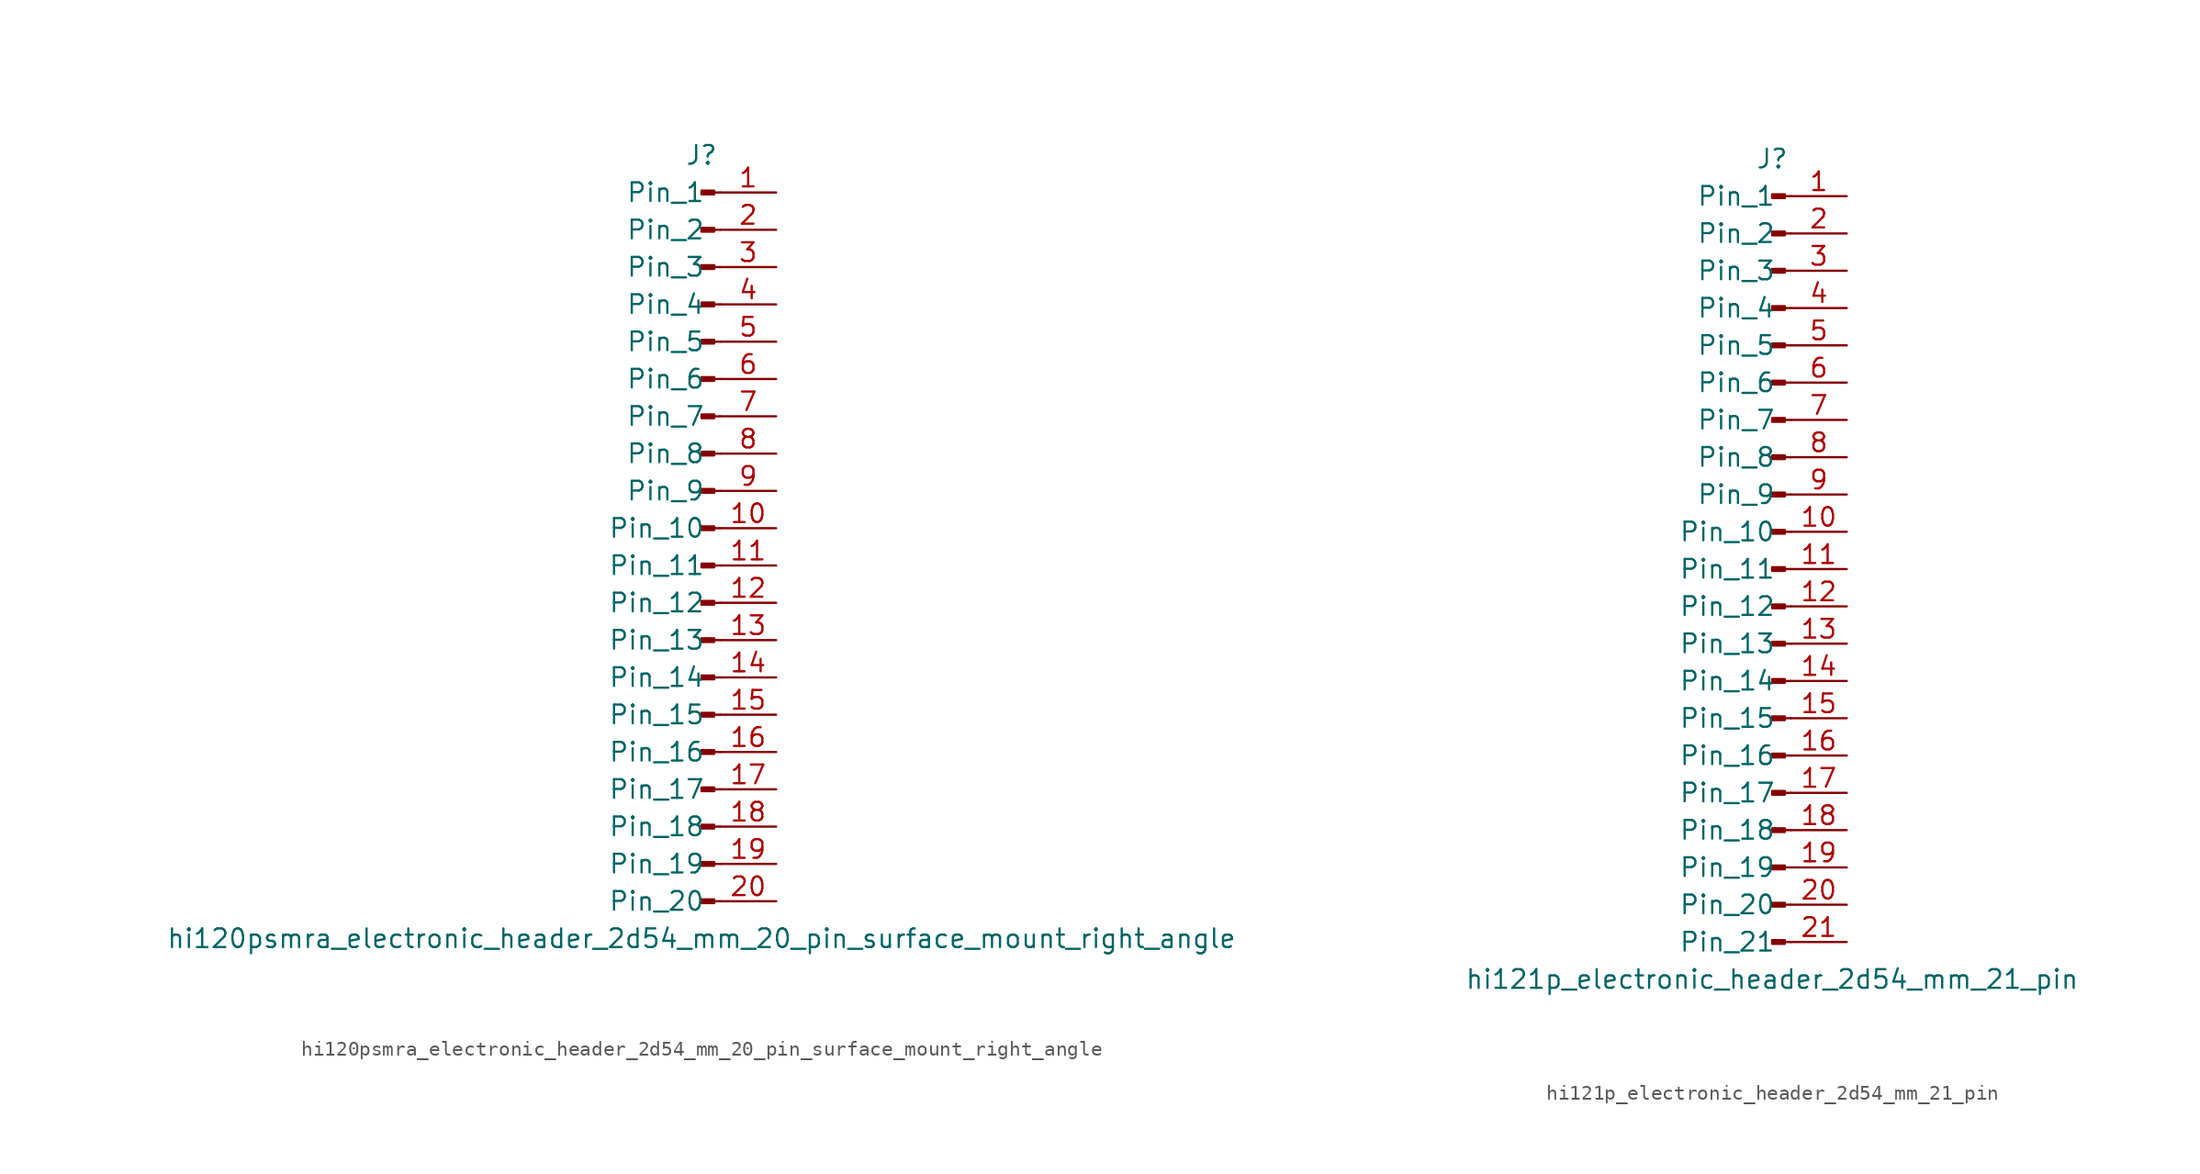
<source format=kicad_sym>
(kicad_symbol_lib
  (version 20220914)
  (generator kicad_symbol_editor)
  (symbol "hi120psmra_electronic_header_2d54_mm_20_pin_surface_mount_right_angle"
    (pin_names
      (offset 1.016))
    (property "Reference" "J"
      (at 0 25.4 0)
      (effects (font (size 1.27 1.27))))
    (property "Value" "hi120psmra_electronic_header_2d54_mm_20_pin_surface_mount_right_angle"
      (at 0 -27.94 0)
      (effects (font (size 1.27 1.27))))
    (property "ki_locked" ""
      (at 0 0 0)
      (effects (font (size 1.27 1.27))))
    (symbol "hi120psmra_electronic_header_2d54_mm_20_pin_surface_mount_right_angle_1_1"
      (polyline (pts (xy 1.27 -25.4) (xy 0.864 -25.4)) (stroke (width 0.152) (type default)) (fill (type none)))
      (polyline (pts (xy 1.27 -22.86) (xy 0.864 -22.86)) (stroke (width 0.152) (type default)) (fill (type none)))
      (polyline (pts (xy 1.27 -20.32) (xy 0.864 -20.32)) (stroke (width 0.152) (type default)) (fill (type none)))
      (polyline (pts (xy 1.27 -17.78) (xy 0.864 -17.78)) (stroke (width 0.152) (type default)) (fill (type none)))
      (polyline (pts (xy 1.27 -15.24) (xy 0.864 -15.24)) (stroke (width 0.152) (type default)) (fill (type none)))
      (polyline (pts (xy 1.27 -12.7) (xy 0.864 -12.7)) (stroke (width 0.152) (type default)) (fill (type none)))
      (polyline (pts (xy 1.27 -10.16) (xy 0.864 -10.16)) (stroke (width 0.152) (type default)) (fill (type none)))
      (polyline (pts (xy 1.27 -7.62) (xy 0.864 -7.62)) (stroke (width 0.152) (type default)) (fill (type none)))
      (polyline (pts (xy 1.27 -5.08) (xy 0.864 -5.08)) (stroke (width 0.152) (type default)) (fill (type none)))
      (polyline (pts (xy 1.27 -2.54) (xy 0.864 -2.54)) (stroke (width 0.152) (type default)) (fill (type none)))
      (polyline (pts (xy 1.27 0) (xy 0.864 0)) (stroke (width 0.152) (type default)) (fill (type none)))
      (polyline (pts (xy 1.27 2.54) (xy 0.864 2.54)) (stroke (width 0.152) (type default)) (fill (type none)))
      (polyline (pts (xy 1.27 5.08) (xy 0.864 5.08)) (stroke (width 0.152) (type default)) (fill (type none)))
      (polyline (pts (xy 1.27 7.62) (xy 0.864 7.62)) (stroke (width 0.152) (type default)) (fill (type none)))
      (polyline (pts (xy 1.27 10.16) (xy 0.864 10.16)) (stroke (width 0.152) (type default)) (fill (type none)))
      (polyline (pts (xy 1.27 12.7) (xy 0.864 12.7)) (stroke (width 0.152) (type default)) (fill (type none)))
      (polyline (pts (xy 1.27 15.24) (xy 0.864 15.24)) (stroke (width 0.152) (type default)) (fill (type none)))
      (polyline (pts (xy 1.27 17.78) (xy 0.864 17.78)) (stroke (width 0.152) (type default)) (fill (type none)))
      (polyline (pts (xy 1.27 20.32) (xy 0.864 20.32)) (stroke (width 0.152) (type default)) (fill (type none)))
      (polyline (pts (xy 1.27 22.86) (xy 0.864 22.86)) (stroke (width 0.152) (type default)) (fill (type none)))
      (rectangle (start 0.864 -25.273) (end 0 -25.527) (stroke (width 0.152) (type default)) (fill (type outline)))
      (rectangle (start 0.864 -22.733) (end 0 -22.987) (stroke (width 0.152) (type default)) (fill (type outline)))
      (rectangle (start 0.864 -20.193) (end 0 -20.447) (stroke (width 0.152) (type default)) (fill (type outline)))
      (rectangle (start 0.864 -17.653) (end 0 -17.907) (stroke (width 0.152) (type default)) (fill (type outline)))
      (rectangle (start 0.864 -15.113) (end 0 -15.367) (stroke (width 0.152) (type default)) (fill (type outline)))
      (rectangle (start 0.864 -12.573) (end 0 -12.827) (stroke (width 0.152) (type default)) (fill (type outline)))
      (rectangle (start 0.864 -10.033) (end 0 -10.287) (stroke (width 0.152) (type default)) (fill (type outline)))
      (rectangle (start 0.864 -7.493) (end 0 -7.747) (stroke (width 0.152) (type default)) (fill (type outline)))
      (rectangle (start 0.864 -4.953) (end 0 -5.207) (stroke (width 0.152) (type default)) (fill (type outline)))
      (rectangle (start 0.864 -2.413) (end 0 -2.667) (stroke (width 0.152) (type default)) (fill (type outline)))
      (rectangle (start 0.864 0.127) (end 0 -0.127) (stroke (width 0.152) (type default)) (fill (type outline)))
      (rectangle (start 0.864 2.667) (end 0 2.413) (stroke (width 0.152) (type default)) (fill (type outline)))
      (rectangle (start 0.864 5.207) (end 0 4.953) (stroke (width 0.152) (type default)) (fill (type outline)))
      (rectangle (start 0.864 7.747) (end 0 7.493) (stroke (width 0.152) (type default)) (fill (type outline)))
      (rectangle (start 0.864 10.287) (end 0 10.033) (stroke (width 0.152) (type default)) (fill (type outline)))
      (rectangle (start 0.864 12.827) (end 0 12.573) (stroke (width 0.152) (type default)) (fill (type outline)))
      (rectangle (start 0.864 15.367) (end 0 15.113) (stroke (width 0.152) (type default)) (fill (type outline)))
      (rectangle (start 0.864 17.907) (end 0 17.653) (stroke (width 0.152) (type default)) (fill (type outline)))
      (rectangle (start 0.864 20.447) (end 0 20.193) (stroke (width 0.152) (type default)) (fill (type outline)))
      (rectangle (start 0.864 22.987) (end 0 22.733) (stroke (width 0.152) (type default)) (fill (type outline)))
      (pin passive line (at 5.08 22.86 180) (length 3.81) (name "Pin_1" (effects (font (size 1.27 1.27)))) (number "1" (effects (font (size 1.27 1.27)))))
      (pin passive line (at 5.08 0 180) (length 3.81) (name "Pin_10" (effects (font (size 1.27 1.27)))) (number "10" (effects (font (size 1.27 1.27)))))
      (pin passive line (at 5.08 -2.54 180) (length 3.81) (name "Pin_11" (effects (font (size 1.27 1.27)))) (number "11" (effects (font (size 1.27 1.27)))))
      (pin passive line (at 5.08 -5.08 180) (length 3.81) (name "Pin_12" (effects (font (size 1.27 1.27)))) (number "12" (effects (font (size 1.27 1.27)))))
      (pin passive line (at 5.08 -7.62 180) (length 3.81) (name "Pin_13" (effects (font (size 1.27 1.27)))) (number "13" (effects (font (size 1.27 1.27)))))
      (pin passive line (at 5.08 -10.16 180) (length 3.81) (name "Pin_14" (effects (font (size 1.27 1.27)))) (number "14" (effects (font (size 1.27 1.27)))))
      (pin passive line (at 5.08 -12.7 180) (length 3.81) (name "Pin_15" (effects (font (size 1.27 1.27)))) (number "15" (effects (font (size 1.27 1.27)))))
      (pin passive line (at 5.08 -15.24 180) (length 3.81) (name "Pin_16" (effects (font (size 1.27 1.27)))) (number "16" (effects (font (size 1.27 1.27)))))
      (pin passive line (at 5.08 -17.78 180) (length 3.81) (name "Pin_17" (effects (font (size 1.27 1.27)))) (number "17" (effects (font (size 1.27 1.27)))))
      (pin passive line (at 5.08 -20.32 180) (length 3.81) (name "Pin_18" (effects (font (size 1.27 1.27)))) (number "18" (effects (font (size 1.27 1.27)))))
      (pin passive line (at 5.08 -22.86 180) (length 3.81) (name "Pin_19" (effects (font (size 1.27 1.27)))) (number "19" (effects (font (size 1.27 1.27)))))
      (pin passive line (at 5.08 20.32 180) (length 3.81) (name "Pin_2" (effects (font (size 1.27 1.27)))) (number "2" (effects (font (size 1.27 1.27)))))
      (pin passive line (at 5.08 -25.4 180) (length 3.81) (name "Pin_20" (effects (font (size 1.27 1.27)))) (number "20" (effects (font (size 1.27 1.27)))))
      (pin passive line (at 5.08 17.78 180) (length 3.81) (name "Pin_3" (effects (font (size 1.27 1.27)))) (number "3" (effects (font (size 1.27 1.27)))))
      (pin passive line (at 5.08 15.24 180) (length 3.81) (name "Pin_4" (effects (font (size 1.27 1.27)))) (number "4" (effects (font (size 1.27 1.27)))))
      (pin passive line (at 5.08 12.7 180) (length 3.81) (name "Pin_5" (effects (font (size 1.27 1.27)))) (number "5" (effects (font (size 1.27 1.27)))))
      (pin passive line (at 5.08 10.16 180) (length 3.81) (name "Pin_6" (effects (font (size 1.27 1.27)))) (number "6" (effects (font (size 1.27 1.27)))))
      (pin passive line (at 5.08 7.62 180) (length 3.81) (name "Pin_7" (effects (font (size 1.27 1.27)))) (number "7" (effects (font (size 1.27 1.27)))))
      (pin passive line (at 5.08 5.08 180) (length 3.81) (name "Pin_8" (effects (font (size 1.27 1.27)))) (number "8" (effects (font (size 1.27 1.27)))))
      (pin passive line (at 5.08 2.54 180) (length 3.81) (name "Pin_9" (effects (font (size 1.27 1.27)))) (number "9" (effects (font (size 1.27 1.27)))))))
  (symbol "hi121p_electronic_header_2d54_mm_21_pin"
    (pin_names
      (offset 1.016))
    (property "Reference" "J"
      (at 0 27.94 0)
      (effects (font (size 1.27 1.27))))
    (property "Value" "hi121p_electronic_header_2d54_mm_21_pin"
      (at 0 -27.94 0)
      (effects (font (size 1.27 1.27))))
    (property "ki_locked" ""
      (at 0 0 0)
      (effects (font (size 1.27 1.27))))
    (symbol "hi121p_electronic_header_2d54_mm_21_pin_1_1"
      (polyline (pts (xy 1.27 -25.4) (xy 0.864 -25.4)) (stroke (width 0.152) (type default)) (fill (type none)))
      (polyline (pts (xy 1.27 -22.86) (xy 0.864 -22.86)) (stroke (width 0.152) (type default)) (fill (type none)))
      (polyline (pts (xy 1.27 -20.32) (xy 0.864 -20.32)) (stroke (width 0.152) (type default)) (fill (type none)))
      (polyline (pts (xy 1.27 -17.78) (xy 0.864 -17.78)) (stroke (width 0.152) (type default)) (fill (type none)))
      (polyline (pts (xy 1.27 -15.24) (xy 0.864 -15.24)) (stroke (width 0.152) (type default)) (fill (type none)))
      (polyline (pts (xy 1.27 -12.7) (xy 0.864 -12.7)) (stroke (width 0.152) (type default)) (fill (type none)))
      (polyline (pts (xy 1.27 -10.16) (xy 0.864 -10.16)) (stroke (width 0.152) (type default)) (fill (type none)))
      (polyline (pts (xy 1.27 -7.62) (xy 0.864 -7.62)) (stroke (width 0.152) (type default)) (fill (type none)))
      (polyline (pts (xy 1.27 -5.08) (xy 0.864 -5.08)) (stroke (width 0.152) (type default)) (fill (type none)))
      (polyline (pts (xy 1.27 -2.54) (xy 0.864 -2.54)) (stroke (width 0.152) (type default)) (fill (type none)))
      (polyline (pts (xy 1.27 0) (xy 0.864 0)) (stroke (width 0.152) (type default)) (fill (type none)))
      (polyline (pts (xy 1.27 2.54) (xy 0.864 2.54)) (stroke (width 0.152) (type default)) (fill (type none)))
      (polyline (pts (xy 1.27 5.08) (xy 0.864 5.08)) (stroke (width 0.152) (type default)) (fill (type none)))
      (polyline (pts (xy 1.27 7.62) (xy 0.864 7.62)) (stroke (width 0.152) (type default)) (fill (type none)))
      (polyline (pts (xy 1.27 10.16) (xy 0.864 10.16)) (stroke (width 0.152) (type default)) (fill (type none)))
      (polyline (pts (xy 1.27 12.7) (xy 0.864 12.7)) (stroke (width 0.152) (type default)) (fill (type none)))
      (polyline (pts (xy 1.27 15.24) (xy 0.864 15.24)) (stroke (width 0.152) (type default)) (fill (type none)))
      (polyline (pts (xy 1.27 17.78) (xy 0.864 17.78)) (stroke (width 0.152) (type default)) (fill (type none)))
      (polyline (pts (xy 1.27 20.32) (xy 0.864 20.32)) (stroke (width 0.152) (type default)) (fill (type none)))
      (polyline (pts (xy 1.27 22.86) (xy 0.864 22.86)) (stroke (width 0.152) (type default)) (fill (type none)))
      (polyline (pts (xy 1.27 25.4) (xy 0.864 25.4)) (stroke (width 0.152) (type default)) (fill (type none)))
      (rectangle (start 0.864 -25.273) (end 0 -25.527) (stroke (width 0.152) (type default)) (fill (type outline)))
      (rectangle (start 0.864 -22.733) (end 0 -22.987) (stroke (width 0.152) (type default)) (fill (type outline)))
      (rectangle (start 0.864 -20.193) (end 0 -20.447) (stroke (width 0.152) (type default)) (fill (type outline)))
      (rectangle (start 0.864 -17.653) (end 0 -17.907) (stroke (width 0.152) (type default)) (fill (type outline)))
      (rectangle (start 0.864 -15.113) (end 0 -15.367) (stroke (width 0.152) (type default)) (fill (type outline)))
      (rectangle (start 0.864 -12.573) (end 0 -12.827) (stroke (width 0.152) (type default)) (fill (type outline)))
      (rectangle (start 0.864 -10.033) (end 0 -10.287) (stroke (width 0.152) (type default)) (fill (type outline)))
      (rectangle (start 0.864 -7.493) (end 0 -7.747) (stroke (width 0.152) (type default)) (fill (type outline)))
      (rectangle (start 0.864 -4.953) (end 0 -5.207) (stroke (width 0.152) (type default)) (fill (type outline)))
      (rectangle (start 0.864 -2.413) (end 0 -2.667) (stroke (width 0.152) (type default)) (fill (type outline)))
      (rectangle (start 0.864 0.127) (end 0 -0.127) (stroke (width 0.152) (type default)) (fill (type outline)))
      (rectangle (start 0.864 2.667) (end 0 2.413) (stroke (width 0.152) (type default)) (fill (type outline)))
      (rectangle (start 0.864 5.207) (end 0 4.953) (stroke (width 0.152) (type default)) (fill (type outline)))
      (rectangle (start 0.864 7.747) (end 0 7.493) (stroke (width 0.152) (type default)) (fill (type outline)))
      (rectangle (start 0.864 10.287) (end 0 10.033) (stroke (width 0.152) (type default)) (fill (type outline)))
      (rectangle (start 0.864 12.827) (end 0 12.573) (stroke (width 0.152) (type default)) (fill (type outline)))
      (rectangle (start 0.864 15.367) (end 0 15.113) (stroke (width 0.152) (type default)) (fill (type outline)))
      (rectangle (start 0.864 17.907) (end 0 17.653) (stroke (width 0.152) (type default)) (fill (type outline)))
      (rectangle (start 0.864 20.447) (end 0 20.193) (stroke (width 0.152) (type default)) (fill (type outline)))
      (rectangle (start 0.864 22.987) (end 0 22.733) (stroke (width 0.152) (type default)) (fill (type outline)))
      (rectangle (start 0.864 25.527) (end 0 25.273) (stroke (width 0.152) (type default)) (fill (type outline)))
      (pin passive line (at 5.08 25.4 180) (length 3.81) (name "Pin_1" (effects (font (size 1.27 1.27)))) (number "1" (effects (font (size 1.27 1.27)))))
      (pin passive line (at 5.08 2.54 180) (length 3.81) (name "Pin_10" (effects (font (size 1.27 1.27)))) (number "10" (effects (font (size 1.27 1.27)))))
      (pin passive line (at 5.08 0 180) (length 3.81) (name "Pin_11" (effects (font (size 1.27 1.27)))) (number "11" (effects (font (size 1.27 1.27)))))
      (pin passive line (at 5.08 -2.54 180) (length 3.81) (name "Pin_12" (effects (font (size 1.27 1.27)))) (number "12" (effects (font (size 1.27 1.27)))))
      (pin passive line (at 5.08 -5.08 180) (length 3.81) (name "Pin_13" (effects (font (size 1.27 1.27)))) (number "13" (effects (font (size 1.27 1.27)))))
      (pin passive line (at 5.08 -7.62 180) (length 3.81) (name "Pin_14" (effects (font (size 1.27 1.27)))) (number "14" (effects (font (size 1.27 1.27)))))
      (pin passive line (at 5.08 -10.16 180) (length 3.81) (name "Pin_15" (effects (font (size 1.27 1.27)))) (number "15" (effects (font (size 1.27 1.27)))))
      (pin passive line (at 5.08 -12.7 180) (length 3.81) (name "Pin_16" (effects (font (size 1.27 1.27)))) (number "16" (effects (font (size 1.27 1.27)))))
      (pin passive line (at 5.08 -15.24 180) (length 3.81) (name "Pin_17" (effects (font (size 1.27 1.27)))) (number "17" (effects (font (size 1.27 1.27)))))
      (pin passive line (at 5.08 -17.78 180) (length 3.81) (name "Pin_18" (effects (font (size 1.27 1.27)))) (number "18" (effects (font (size 1.27 1.27)))))
      (pin passive line (at 5.08 -20.32 180) (length 3.81) (name "Pin_19" (effects (font (size 1.27 1.27)))) (number "19" (effects (font (size 1.27 1.27)))))
      (pin passive line (at 5.08 22.86 180) (length 3.81) (name "Pin_2" (effects (font (size 1.27 1.27)))) (number "2" (effects (font (size 1.27 1.27)))))
      (pin passive line (at 5.08 -22.86 180) (length 3.81) (name "Pin_20" (effects (font (size 1.27 1.27)))) (number "20" (effects (font (size 1.27 1.27)))))
      (pin passive line (at 5.08 -25.4 180) (length 3.81) (name "Pin_21" (effects (font (size 1.27 1.27)))) (number "21" (effects (font (size 1.27 1.27)))))
      (pin passive line (at 5.08 20.32 180) (length 3.81) (name "Pin_3" (effects (font (size 1.27 1.27)))) (number "3" (effects (font (size 1.27 1.27)))))
      (pin passive line (at 5.08 17.78 180) (length 3.81) (name "Pin_4" (effects (font (size 1.27 1.27)))) (number "4" (effects (font (size 1.27 1.27)))))
      (pin passive line (at 5.08 15.24 180) (length 3.81) (name "Pin_5" (effects (font (size 1.27 1.27)))) (number "5" (effects (font (size 1.27 1.27)))))
      (pin passive line (at 5.08 12.7 180) (length 3.81) (name "Pin_6" (effects (font (size 1.27 1.27)))) (number "6" (effects (font (size 1.27 1.27)))))
      (pin passive line (at 5.08 10.16 180) (length 3.81) (name "Pin_7" (effects (font (size 1.27 1.27)))) (number "7" (effects (font (size 1.27 1.27)))))
      (pin passive line (at 5.08 7.62 180) (length 3.81) (name "Pin_8" (effects (font (size 1.27 1.27)))) (number "8" (effects (font (size 1.27 1.27)))))
      (pin passive line (at 5.08 5.08 180) (length 3.81) (name "Pin_9" (effects (font (size 1.27 1.27)))) (number "9" (effects (font (size 1.27 1.27))))))))
</source>
